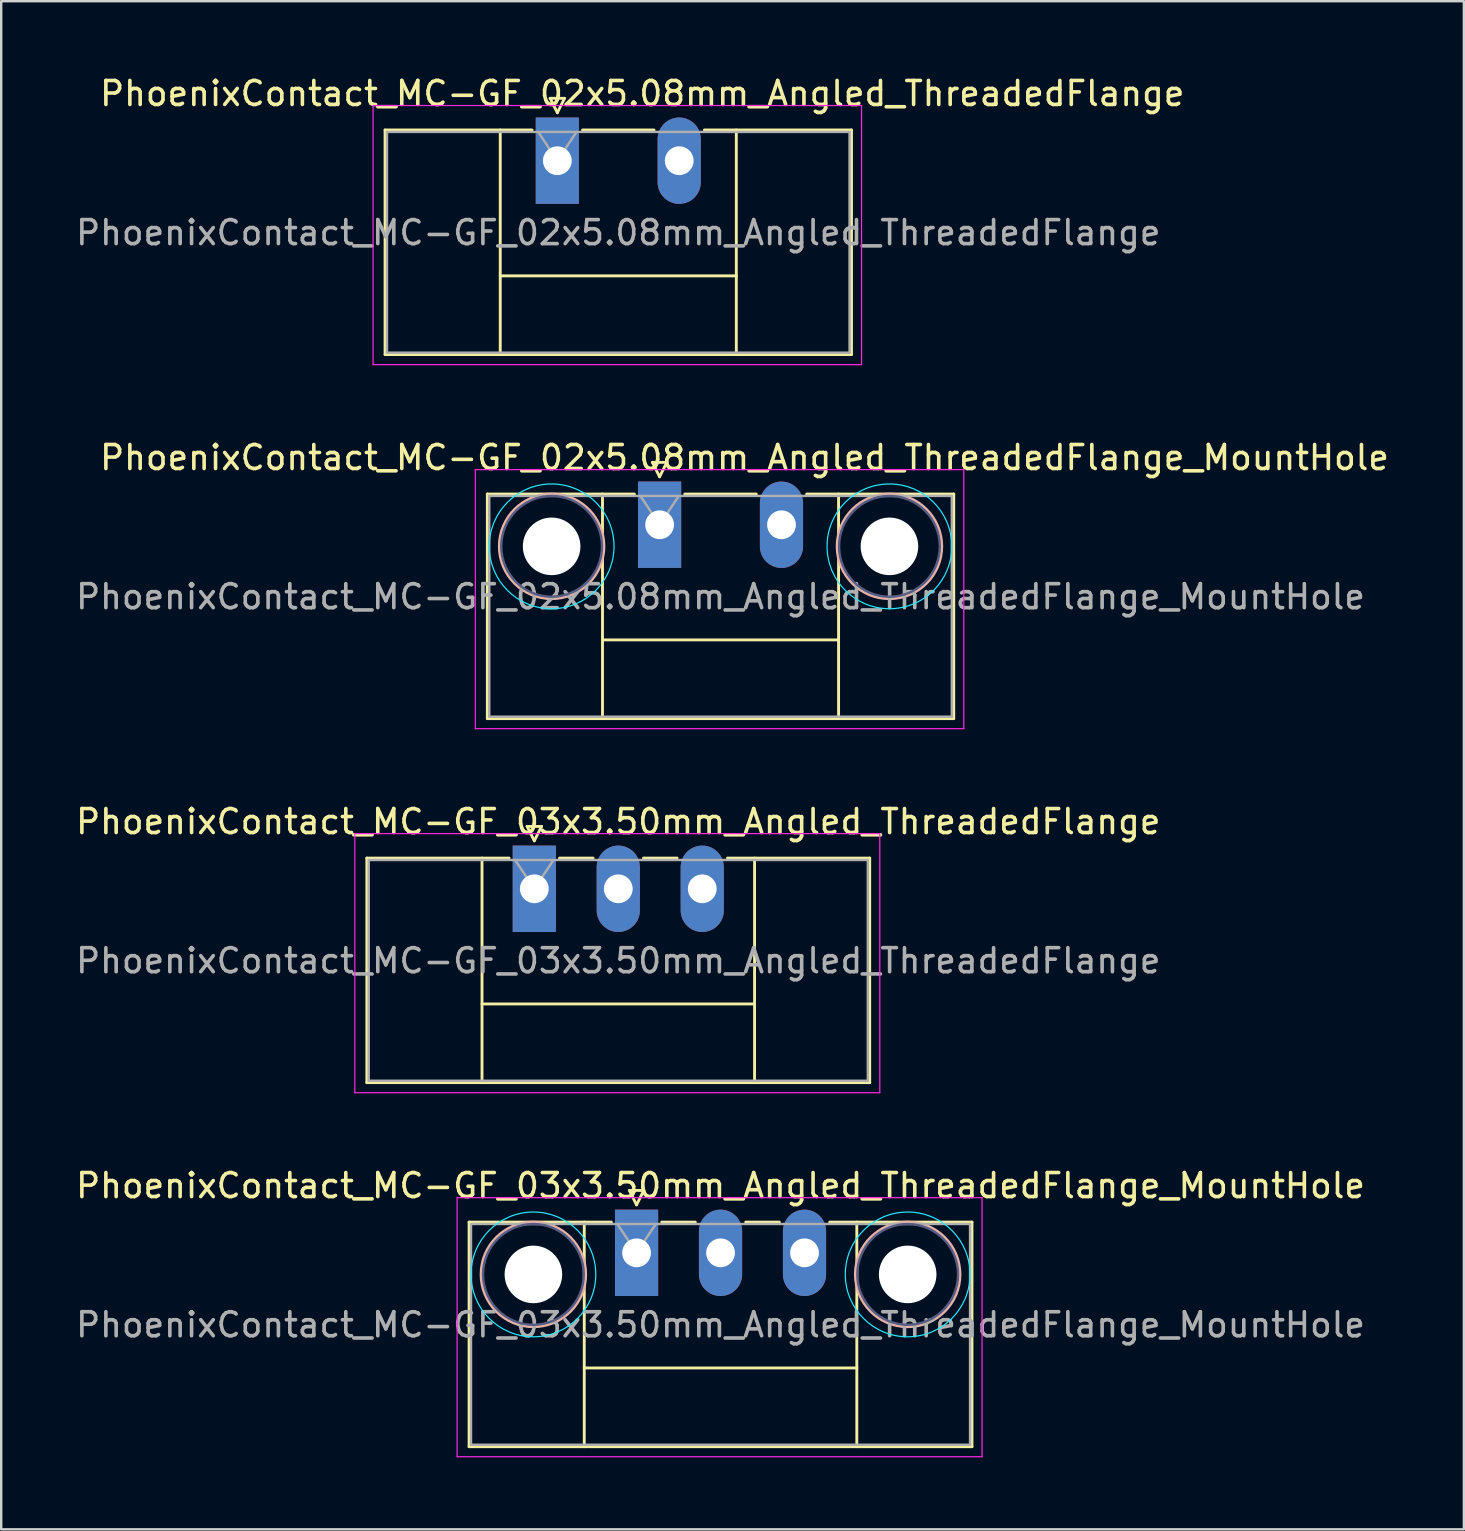
<source format=kicad_pcb>
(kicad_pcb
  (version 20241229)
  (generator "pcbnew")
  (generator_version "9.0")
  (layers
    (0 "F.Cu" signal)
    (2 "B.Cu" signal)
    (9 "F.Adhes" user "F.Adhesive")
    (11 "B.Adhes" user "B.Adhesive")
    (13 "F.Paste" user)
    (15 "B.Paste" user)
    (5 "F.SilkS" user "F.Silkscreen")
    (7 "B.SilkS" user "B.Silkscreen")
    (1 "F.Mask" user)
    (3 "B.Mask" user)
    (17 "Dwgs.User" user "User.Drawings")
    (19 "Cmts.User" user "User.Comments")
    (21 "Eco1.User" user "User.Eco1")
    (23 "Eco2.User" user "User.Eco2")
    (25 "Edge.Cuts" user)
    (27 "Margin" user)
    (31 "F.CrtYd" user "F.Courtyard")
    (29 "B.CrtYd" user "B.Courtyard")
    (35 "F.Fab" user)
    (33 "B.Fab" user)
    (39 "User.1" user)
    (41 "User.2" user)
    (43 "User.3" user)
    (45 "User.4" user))
  (footprint "PhoenixContact_MC-GF_02x5.08mm_Angled_ThreadedFlange"
    (layer "F.Cu")
    (at 20.18 3.648)
    (property "Reference" "PhoenixContact_MC-GF_02x5.08mm_Angled_ThreadedFlange" (at 3.54 -2.8 0) (layer "F.SilkS") (effects (font (size 1 1) (thickness 0.15))))
    (attr through_hole)
    (fp_line (start -7.18 -1.28) (end -7.18 8.08) (stroke (width 0.12) (type solid)) (layer "F.SilkS"))
    (fp_line (start -7.18 -1.28) (end -1.05 -1.28) (stroke (width 0.12) (type solid)) (layer "F.SilkS"))
    (fp_line (start -7.18 8.08) (end 12.26 8.08) (stroke (width 0.12) (type solid)) (layer "F.SilkS"))
    (fp_line (start -2.38 -1.28) (end -2.38 8.08) (stroke (width 0.12) (type solid)) (layer "F.SilkS"))
    (fp_line (start -2.38 4.8) (end 7.46 4.8) (stroke (width 0.12) (type solid)) (layer "F.SilkS"))
    (fp_line (start -0.3 -2.6) (end 0.3 -2.6) (stroke (width 0.12) (type solid)) (layer "F.SilkS"))
    (fp_line (start 0 -2) (end -0.3 -2.6) (stroke (width 0.12) (type solid)) (layer "F.SilkS"))
    (fp_line (start 0.3 -2.6) (end 0 -2) (stroke (width 0.12) (type solid)) (layer "F.SilkS"))
    (fp_line (start 1.05 -1.28) (end 4.03 -1.28) (stroke (width 0.12) (type solid)) (layer "F.SilkS"))
    (fp_line (start 7.46 -1.28) (end 7.46 8.08) (stroke (width 0.12) (type solid)) (layer "F.SilkS"))
    (fp_line (start 12.26 -1.28) (end 6.13 -1.28) (stroke (width 0.12) (type solid)) (layer "F.SilkS"))
    (fp_line (start 12.26 8.08) (end 12.26 -1.28) (stroke (width 0.12) (type solid)) (layer "F.SilkS"))
    (fp_line (start -7.68 -2.3) (end -7.68 8.5) (stroke (width 0.05) (type solid)) (layer "F.CrtYd"))
    (fp_line (start -7.68 8.5) (end 12.68 8.5) (stroke (width 0.05) (type solid)) (layer "F.CrtYd"))
    (fp_line (start 12.68 -2.3) (end -7.68 -2.3) (stroke (width 0.05) (type solid)) (layer "F.CrtYd"))
    (fp_line (start 12.68 8.5) (end 12.68 -2.3) (stroke (width 0.05) (type solid)) (layer "F.CrtYd"))
    (fp_line (start -7.1 -1.2) (end -7.1 8) (stroke (width 0.1) (type solid)) (layer "F.Fab"))
    (fp_line (start -7.1 8) (end 12.18 8) (stroke (width 0.1) (type solid)) (layer "F.Fab"))
    (fp_line (start 0 0) (end -0.8 -1.2) (stroke (width 0.1) (type solid)) (layer "F.Fab"))
    (fp_line (start 0.8 -1.2) (end 0 0) (stroke (width 0.1) (type solid)) (layer "F.Fab"))
    (fp_line (start 12.18 -1.2) (end -7.1 -1.2) (stroke (width 0.1) (type solid)) (layer "F.Fab"))
    (fp_line (start 12.18 8) (end 12.18 -1.2) (stroke (width 0.1) (type solid)) (layer "F.Fab"))
    (fp_text user "${REFERENCE}" (at 2.54 3 0) (layer "F.Fab") (effects (font (size 1 1) (thickness 0.15))))
    (pad "1" thru_hole rect (at 0 0) (size 1.8 3.6) (drill 1.2) (layers "*.Cu" "*.Mask"))
    (pad "2" thru_hole oval (at 5.08 0) (size 1.8 3.6) (drill 1.2) (layers "*.Cu" "*.Mask")))
  (footprint "PhoenixContact_MC-GF_03x3.50mm_Angled_ThreadedFlange_MountHole"
    (layer "F.Cu")
    (at 23.482 49.168)
    (property "Reference" "PhoenixContact_MC-GF_03x3.50mm_Angled_ThreadedFlange_MountHole" (at 3.5 -2.8 0) (layer "F.SilkS") (effects (font (size 1 1) (thickness 0.15))))
    (attr through_hole)
    (fp_line (start -6.98 -1.28) (end -6.98 8.08) (stroke (width 0.12) (type solid)) (layer "F.SilkS"))
    (fp_line (start -6.98 -1.28) (end -1.05 -1.28) (stroke (width 0.12) (type solid)) (layer "F.SilkS"))
    (fp_line (start -6.98 8.08) (end 13.98 8.08) (stroke (width 0.12) (type solid)) (layer "F.SilkS"))
    (fp_line (start -2.18 -1.28) (end -2.18 8.08) (stroke (width 0.12) (type solid)) (layer "F.SilkS"))
    (fp_line (start -2.18 4.8) (end 9.18 4.8) (stroke (width 0.12) (type solid)) (layer "F.SilkS"))
    (fp_line (start -0.3 -2.6) (end 0.3 -2.6) (stroke (width 0.12) (type solid)) (layer "F.SilkS"))
    (fp_line (start 0 -2) (end -0.3 -2.6) (stroke (width 0.12) (type solid)) (layer "F.SilkS"))
    (fp_line (start 0.3 -2.6) (end 0 -2) (stroke (width 0.12) (type solid)) (layer "F.SilkS"))
    (fp_line (start 1.05 -1.28) (end 2.45 -1.28) (stroke (width 0.12) (type solid)) (layer "F.SilkS"))
    (fp_line (start 4.55 -1.28) (end 5.95 -1.28) (stroke (width 0.12) (type solid)) (layer "F.SilkS"))
    (fp_line (start 9.18 -1.28) (end 9.18 8.08) (stroke (width 0.12) (type solid)) (layer "F.SilkS"))
    (fp_line (start 13.98 -1.28) (end 8.05 -1.28) (stroke (width 0.12) (type solid)) (layer "F.SilkS"))
    (fp_line (start 13.98 8.08) (end 13.98 -1.28) (stroke (width 0.12) (type solid)) (layer "F.SilkS"))
    (fp_circle (center -4.3 0.9) (end -2.12 0.9) (stroke (width 0.12) (type solid)) (fill no) (layer "B.SilkS"))
    (fp_circle (center 11.3 0.9) (end 13.48 0.9) (stroke (width 0.12) (type solid)) (fill no) (layer "B.SilkS"))
    (fp_circle (center -4.3 0.9) (end -1.7 0.9) (stroke (width 0.05) (type solid)) (fill no) (layer "B.CrtYd"))
    (fp_circle (center 11.3 0.9) (end 13.9 0.9) (stroke (width 0.05) (type solid)) (fill no) (layer "B.CrtYd"))
    (fp_line (start -7.48 -2.3) (end -7.48 8.5) (stroke (width 0.05) (type solid)) (layer "F.CrtYd"))
    (fp_line (start -7.48 8.5) (end 14.4 8.5) (stroke (width 0.05) (type solid)) (layer "F.CrtYd"))
    (fp_line (start 14.4 -2.3) (end -7.48 -2.3) (stroke (width 0.05) (type solid)) (layer "F.CrtYd"))
    (fp_line (start 14.4 8.5) (end 14.4 -2.3) (stroke (width 0.05) (type solid)) (layer "F.CrtYd"))
    (fp_circle (center -4.3 0.9) (end -2.2 0.9) (stroke (width 0.1) (type solid)) (fill no) (layer "B.Fab"))
    (fp_circle (center 11.3 0.9) (end 13.4 0.9) (stroke (width 0.1) (type solid)) (fill no) (layer "B.Fab"))
    (fp_line (start -6.9 -1.2) (end -6.9 8) (stroke (width 0.1) (type solid)) (layer "F.Fab"))
    (fp_line (start -6.9 8) (end 13.9 8) (stroke (width 0.1) (type solid)) (layer "F.Fab"))
    (fp_line (start 0 0) (end -0.8 -1.2) (stroke (width 0.1) (type solid)) (layer "F.Fab"))
    (fp_line (start 0.8 -1.2) (end 0 0) (stroke (width 0.1) (type solid)) (layer "F.Fab"))
    (fp_line (start 13.9 -1.2) (end -6.9 -1.2) (stroke (width 0.1) (type solid)) (layer "F.Fab"))
    (fp_line (start 13.9 8) (end 13.9 -1.2) (stroke (width 0.1) (type solid)) (layer "F.Fab"))
    (fp_text user "${REFERENCE}" (at 3.5 3 0) (layer "F.Fab") (effects (font (size 1 1) (thickness 0.15))))
    (pad "" np_thru_hole circle (at -4.3 0.9) (size 2.4 2.4) (drill 2.4) (layers "*.Cu" "*.Mask"))
    (pad "" np_thru_hole circle (at 11.3 0.9) (size 2.4 2.4) (drill 2.4) (layers "*.Cu" "*.Mask"))
    (pad "1" thru_hole rect (at 0 0) (size 1.8 3.6) (drill 1.2) (layers "*.Cu" "*.Mask"))
    (pad "2" thru_hole oval (at 3.5 0) (size 1.8 3.6) (drill 1.2) (layers "*.Cu" "*.Mask"))
    (pad "3" thru_hole oval (at 7 0) (size 1.8 3.6) (drill 1.2) (layers "*.Cu" "*.Mask")))
  (footprint "PhoenixContact_MC-GF_03x3.50mm_Angled_ThreadedFlange"
    (layer "F.Cu")
    (at 19.22 33.995)
    (property "Reference" "PhoenixContact_MC-GF_03x3.50mm_Angled_ThreadedFlange" (at 3.5 -2.8 0) (layer "F.SilkS") (effects (font (size 1 1) (thickness 0.15))))
    (attr through_hole)
    (fp_line (start -6.98 -1.28) (end -6.98 8.08) (stroke (width 0.12) (type solid)) (layer "F.SilkS"))
    (fp_line (start -6.98 -1.28) (end -1.05 -1.28) (stroke (width 0.12) (type solid)) (layer "F.SilkS"))
    (fp_line (start -6.98 8.08) (end 13.98 8.08) (stroke (width 0.12) (type solid)) (layer "F.SilkS"))
    (fp_line (start -2.18 -1.28) (end -2.18 8.08) (stroke (width 0.12) (type solid)) (layer "F.SilkS"))
    (fp_line (start -2.18 4.8) (end 9.18 4.8) (stroke (width 0.12) (type solid)) (layer "F.SilkS"))
    (fp_line (start -0.3 -2.6) (end 0.3 -2.6) (stroke (width 0.12) (type solid)) (layer "F.SilkS"))
    (fp_line (start 0 -2) (end -0.3 -2.6) (stroke (width 0.12) (type solid)) (layer "F.SilkS"))
    (fp_line (start 0.3 -2.6) (end 0 -2) (stroke (width 0.12) (type solid)) (layer "F.SilkS"))
    (fp_line (start 1.05 -1.28) (end 2.45 -1.28) (stroke (width 0.12) (type solid)) (layer "F.SilkS"))
    (fp_line (start 4.55 -1.28) (end 5.95 -1.28) (stroke (width 0.12) (type solid)) (layer "F.SilkS"))
    (fp_line (start 9.18 -1.28) (end 9.18 8.08) (stroke (width 0.12) (type solid)) (layer "F.SilkS"))
    (fp_line (start 13.98 -1.28) (end 8.05 -1.28) (stroke (width 0.12) (type solid)) (layer "F.SilkS"))
    (fp_line (start 13.98 8.08) (end 13.98 -1.28) (stroke (width 0.12) (type solid)) (layer "F.SilkS"))
    (fp_line (start -7.48 -2.3) (end -7.48 8.5) (stroke (width 0.05) (type solid)) (layer "F.CrtYd"))
    (fp_line (start -7.48 8.5) (end 14.4 8.5) (stroke (width 0.05) (type solid)) (layer "F.CrtYd"))
    (fp_line (start 14.4 -2.3) (end -7.48 -2.3) (stroke (width 0.05) (type solid)) (layer "F.CrtYd"))
    (fp_line (start 14.4 8.5) (end 14.4 -2.3) (stroke (width 0.05) (type solid)) (layer "F.CrtYd"))
    (fp_line (start -6.9 -1.2) (end -6.9 8) (stroke (width 0.1) (type solid)) (layer "F.Fab"))
    (fp_line (start -6.9 8) (end 13.9 8) (stroke (width 0.1) (type solid)) (layer "F.Fab"))
    (fp_line (start 0 0) (end -0.8 -1.2) (stroke (width 0.1) (type solid)) (layer "F.Fab"))
    (fp_line (start 0.8 -1.2) (end 0 0) (stroke (width 0.1) (type solid)) (layer "F.Fab"))
    (fp_line (start 13.9 -1.2) (end -6.9 -1.2) (stroke (width 0.1) (type solid)) (layer "F.Fab"))
    (fp_line (start 13.9 8) (end 13.9 -1.2) (stroke (width 0.1) (type solid)) (layer "F.Fab"))
    (fp_text user "${REFERENCE}" (at 3.5 3 0) (layer "F.Fab") (effects (font (size 1 1) (thickness 0.15))))
    (pad "1" thru_hole rect (at 0 0) (size 1.8 3.6) (drill 1.2) (layers "*.Cu" "*.Mask"))
    (pad "2" thru_hole oval (at 3.5 0) (size 1.8 3.6) (drill 1.2) (layers "*.Cu" "*.Mask"))
    (pad "3" thru_hole oval (at 7 0) (size 1.8 3.6) (drill 1.2) (layers "*.Cu" "*.Mask")))
  (footprint "PhoenixContact_MC-GF_02x5.08mm_Angled_ThreadedFlange_MountHole"
    (layer "F.Cu")
    (at 24.442 18.822)
    (property "Reference" "PhoenixContact_MC-GF_02x5.08mm_Angled_ThreadedFlange_MountHole" (at 3.54 -2.8 0) (layer "F.SilkS") (effects (font (size 1 1) (thickness 0.15))))
    (attr through_hole)
    (fp_line (start -7.18 -1.28) (end -7.18 8.08) (stroke (width 0.12) (type solid)) (layer "F.SilkS"))
    (fp_line (start -7.18 -1.28) (end -1.05 -1.28) (stroke (width 0.12) (type solid)) (layer "F.SilkS"))
    (fp_line (start -7.18 8.08) (end 12.26 8.08) (stroke (width 0.12) (type solid)) (layer "F.SilkS"))
    (fp_line (start -2.38 -1.28) (end -2.38 8.08) (stroke (width 0.12) (type solid)) (layer "F.SilkS"))
    (fp_line (start -2.38 4.8) (end 7.46 4.8) (stroke (width 0.12) (type solid)) (layer "F.SilkS"))
    (fp_line (start -0.3 -2.6) (end 0.3 -2.6) (stroke (width 0.12) (type solid)) (layer "F.SilkS"))
    (fp_line (start 0 -2) (end -0.3 -2.6) (stroke (width 0.12) (type solid)) (layer "F.SilkS"))
    (fp_line (start 0.3 -2.6) (end 0 -2) (stroke (width 0.12) (type solid)) (layer "F.SilkS"))
    (fp_line (start 1.05 -1.28) (end 4.03 -1.28) (stroke (width 0.12) (type solid)) (layer "F.SilkS"))
    (fp_line (start 7.46 -1.28) (end 7.46 8.08) (stroke (width 0.12) (type solid)) (layer "F.SilkS"))
    (fp_line (start 12.26 -1.28) (end 6.13 -1.28) (stroke (width 0.12) (type solid)) (layer "F.SilkS"))
    (fp_line (start 12.26 8.08) (end 12.26 -1.28) (stroke (width 0.12) (type solid)) (layer "F.SilkS"))
    (fp_circle (center -4.5 0.9) (end -2.32 0.9) (stroke (width 0.12) (type solid)) (fill no) (layer "B.SilkS"))
    (fp_circle (center 9.58 0.9) (end 11.76 0.9) (stroke (width 0.12) (type solid)) (fill no) (layer "B.SilkS"))
    (fp_circle (center -4.5 0.9) (end -1.9 0.9) (stroke (width 0.05) (type solid)) (fill no) (layer "B.CrtYd"))
    (fp_circle (center 9.58 0.9) (end 12.18 0.9) (stroke (width 0.05) (type solid)) (fill no) (layer "B.CrtYd"))
    (fp_line (start -7.68 -2.3) (end -7.68 8.5) (stroke (width 0.05) (type solid)) (layer "F.CrtYd"))
    (fp_line (start -7.68 8.5) (end 12.68 8.5) (stroke (width 0.05) (type solid)) (layer "F.CrtYd"))
    (fp_line (start 12.68 -2.3) (end -7.68 -2.3) (stroke (width 0.05) (type solid)) (layer "F.CrtYd"))
    (fp_line (start 12.68 8.5) (end 12.68 -2.3) (stroke (width 0.05) (type solid)) (layer "F.CrtYd"))
    (fp_circle (center -4.5 0.9) (end -2.4 0.9) (stroke (width 0.1) (type solid)) (fill no) (layer "B.Fab"))
    (fp_circle (center 9.58 0.9) (end 11.68 0.9) (stroke (width 0.1) (type solid)) (fill no) (layer "B.Fab"))
    (fp_line (start -7.1 -1.2) (end -7.1 8) (stroke (width 0.1) (type solid)) (layer "F.Fab"))
    (fp_line (start -7.1 8) (end 12.18 8) (stroke (width 0.1) (type solid)) (layer "F.Fab"))
    (fp_line (start 0 0) (end -0.8 -1.2) (stroke (width 0.1) (type solid)) (layer "F.Fab"))
    (fp_line (start 0.8 -1.2) (end 0 0) (stroke (width 0.1) (type solid)) (layer "F.Fab"))
    (fp_line (start 12.18 -1.2) (end -7.1 -1.2) (stroke (width 0.1) (type solid)) (layer "F.Fab"))
    (fp_line (start 12.18 8) (end 12.18 -1.2) (stroke (width 0.1) (type solid)) (layer "F.Fab"))
    (fp_text user "${REFERENCE}" (at 2.54 3 0) (layer "F.Fab") (effects (font (size 1 1) (thickness 0.15))))
    (pad "" np_thru_hole circle (at -4.5 0.9) (size 2.4 2.4) (drill 2.4) (layers "*.Cu" "*.Mask"))
    (pad "" np_thru_hole circle (at 9.58 0.9) (size 2.4 2.4) (drill 2.4) (layers "*.Cu" "*.Mask"))
    (pad "1" thru_hole rect (at 0 0) (size 1.8 3.6) (drill 1.2) (layers "*.Cu" "*.Mask"))
    (pad "2" thru_hole oval (at 5.08 0) (size 1.8 3.6) (drill 1.2) (layers "*.Cu" "*.Mask")))
  (gr_rect
    (start -3 -3)
    (end 57.964 60.693)
    (stroke (width 0.1) (type default))
    (fill no)
    (layer "Edge.Cuts")))
</source>
